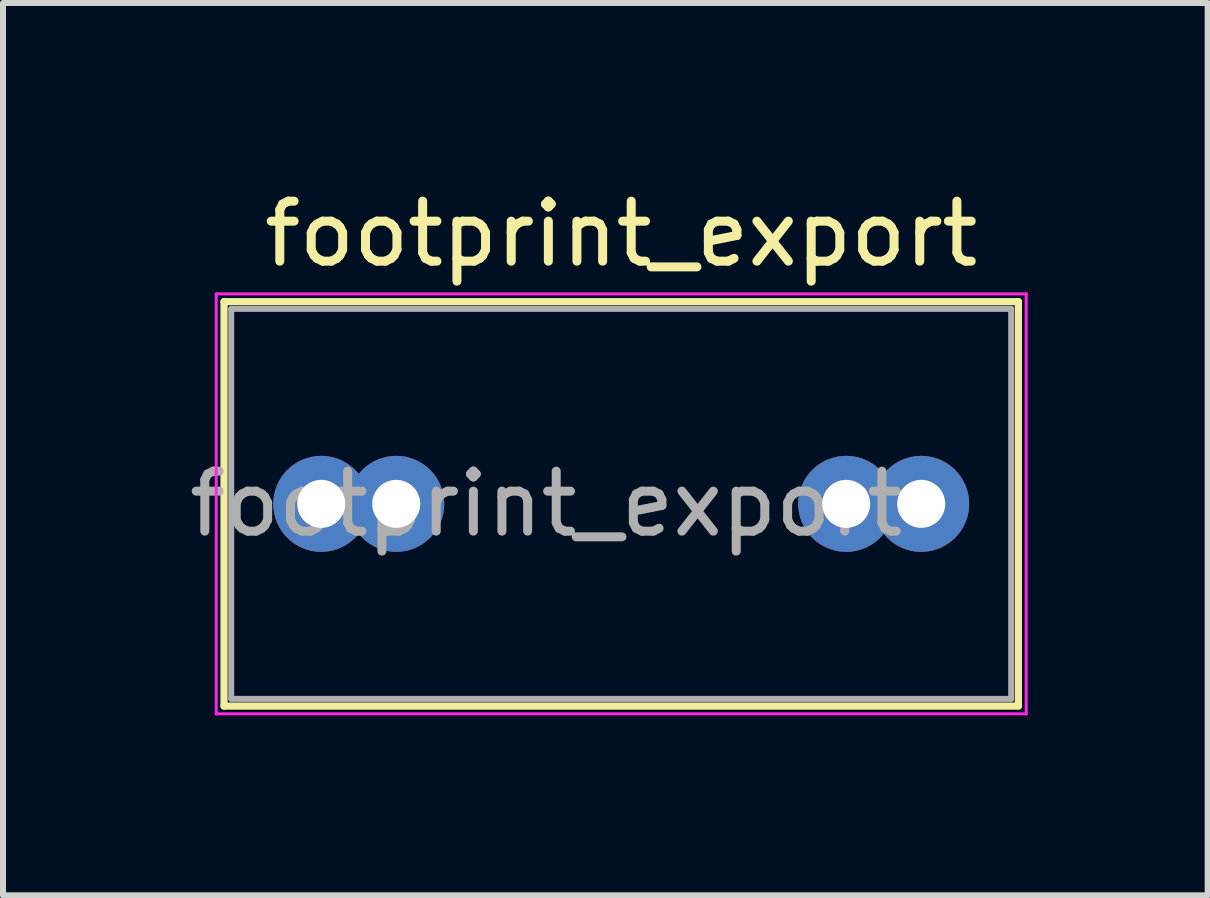
<source format=kicad_pcb>
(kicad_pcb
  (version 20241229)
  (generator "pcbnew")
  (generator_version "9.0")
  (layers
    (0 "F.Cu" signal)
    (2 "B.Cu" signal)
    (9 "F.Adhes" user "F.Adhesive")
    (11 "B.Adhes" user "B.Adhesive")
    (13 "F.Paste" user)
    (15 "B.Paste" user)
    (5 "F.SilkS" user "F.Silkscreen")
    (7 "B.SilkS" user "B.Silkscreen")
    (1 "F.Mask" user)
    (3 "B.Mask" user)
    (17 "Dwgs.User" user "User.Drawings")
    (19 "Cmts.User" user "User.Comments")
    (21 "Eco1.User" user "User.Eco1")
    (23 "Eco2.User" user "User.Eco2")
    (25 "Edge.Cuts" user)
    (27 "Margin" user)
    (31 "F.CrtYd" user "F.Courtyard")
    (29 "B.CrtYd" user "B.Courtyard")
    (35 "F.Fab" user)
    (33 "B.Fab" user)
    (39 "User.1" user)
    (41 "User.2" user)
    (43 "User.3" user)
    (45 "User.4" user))
  (footprint "footprint_export"
    (layer "F.Cu")
    (at 2.304 5.348)
    (property "Reference" "footprint_export" (at 5 -4.5 0) (layer "F.SilkS") (effects (font (size 1 1) (thickness 0.15))))
    (attr through_hole)
    (fp_line (start -1.62 -3.37) (end -1.62 3.37) (stroke (width 0.12) (type solid)) (layer "F.SilkS"))
    (fp_line (start -1.62 -3.37) (end 11.62 -3.37) (stroke (width 0.12) (type solid)) (layer "F.SilkS"))
    (fp_line (start -1.62 3.37) (end 11.62 3.37) (stroke (width 0.12) (type solid)) (layer "F.SilkS"))
    (fp_line (start 11.62 -3.37) (end 11.62 3.37) (stroke (width 0.12) (type solid)) (layer "F.SilkS"))
    (fp_line (start -1.75 -3.5) (end -1.75 3.5) (stroke (width 0.05) (type solid)) (layer "F.CrtYd"))
    (fp_line (start -1.75 3.5) (end 11.75 3.5) (stroke (width 0.05) (type solid)) (layer "F.CrtYd"))
    (fp_line (start 11.75 -3.5) (end -1.75 -3.5) (stroke (width 0.05) (type solid)) (layer "F.CrtYd"))
    (fp_line (start 11.75 3.5) (end 11.75 -3.5) (stroke (width 0.05) (type solid)) (layer "F.CrtYd"))
    (fp_line (start -1.5 -3.25) (end -1.5 3.25) (stroke (width 0.1) (type solid)) (layer "F.Fab"))
    (fp_line (start -1.5 3.25) (end 11.5 3.25) (stroke (width 0.1) (type solid)) (layer "F.Fab"))
    (fp_line (start 11.5 -3.25) (end -1.5 -3.25) (stroke (width 0.1) (type solid)) (layer "F.Fab"))
    (fp_line (start 11.5 3.25) (end 11.5 -3.25) (stroke (width 0.1) (type solid)) (layer "F.Fab"))
    (fp_text user "${REFERENCE}" (at 3.75 0 0) (layer "F.Fab") (effects (font (size 1 1) (thickness 0.15))))
    (pad "1" thru_hole circle (at 0 0) (size 1.6 1.6) (drill 0.8) (layers "*.Cu" "*.Mask"))
    (pad "1" thru_hole circle (at 1.25 0) (size 1.6 1.6) (drill 0.8) (layers "*.Cu" "*.Mask"))
    (pad "2" thru_hole circle (at 8.75 0) (size 1.6 1.6) (drill 0.8) (layers "*.Cu" "*.Mask"))
    (pad "2" thru_hole circle (at 10 0) (size 1.6 1.6) (drill 0.8) (layers "*.Cu" "*.Mask")))
  (gr_rect
    (start -3 -3)
    (end 17.079 11.873)
    (stroke (width 0.1) (type default))
    (fill no)
    (layer "Edge.Cuts")))
</source>
